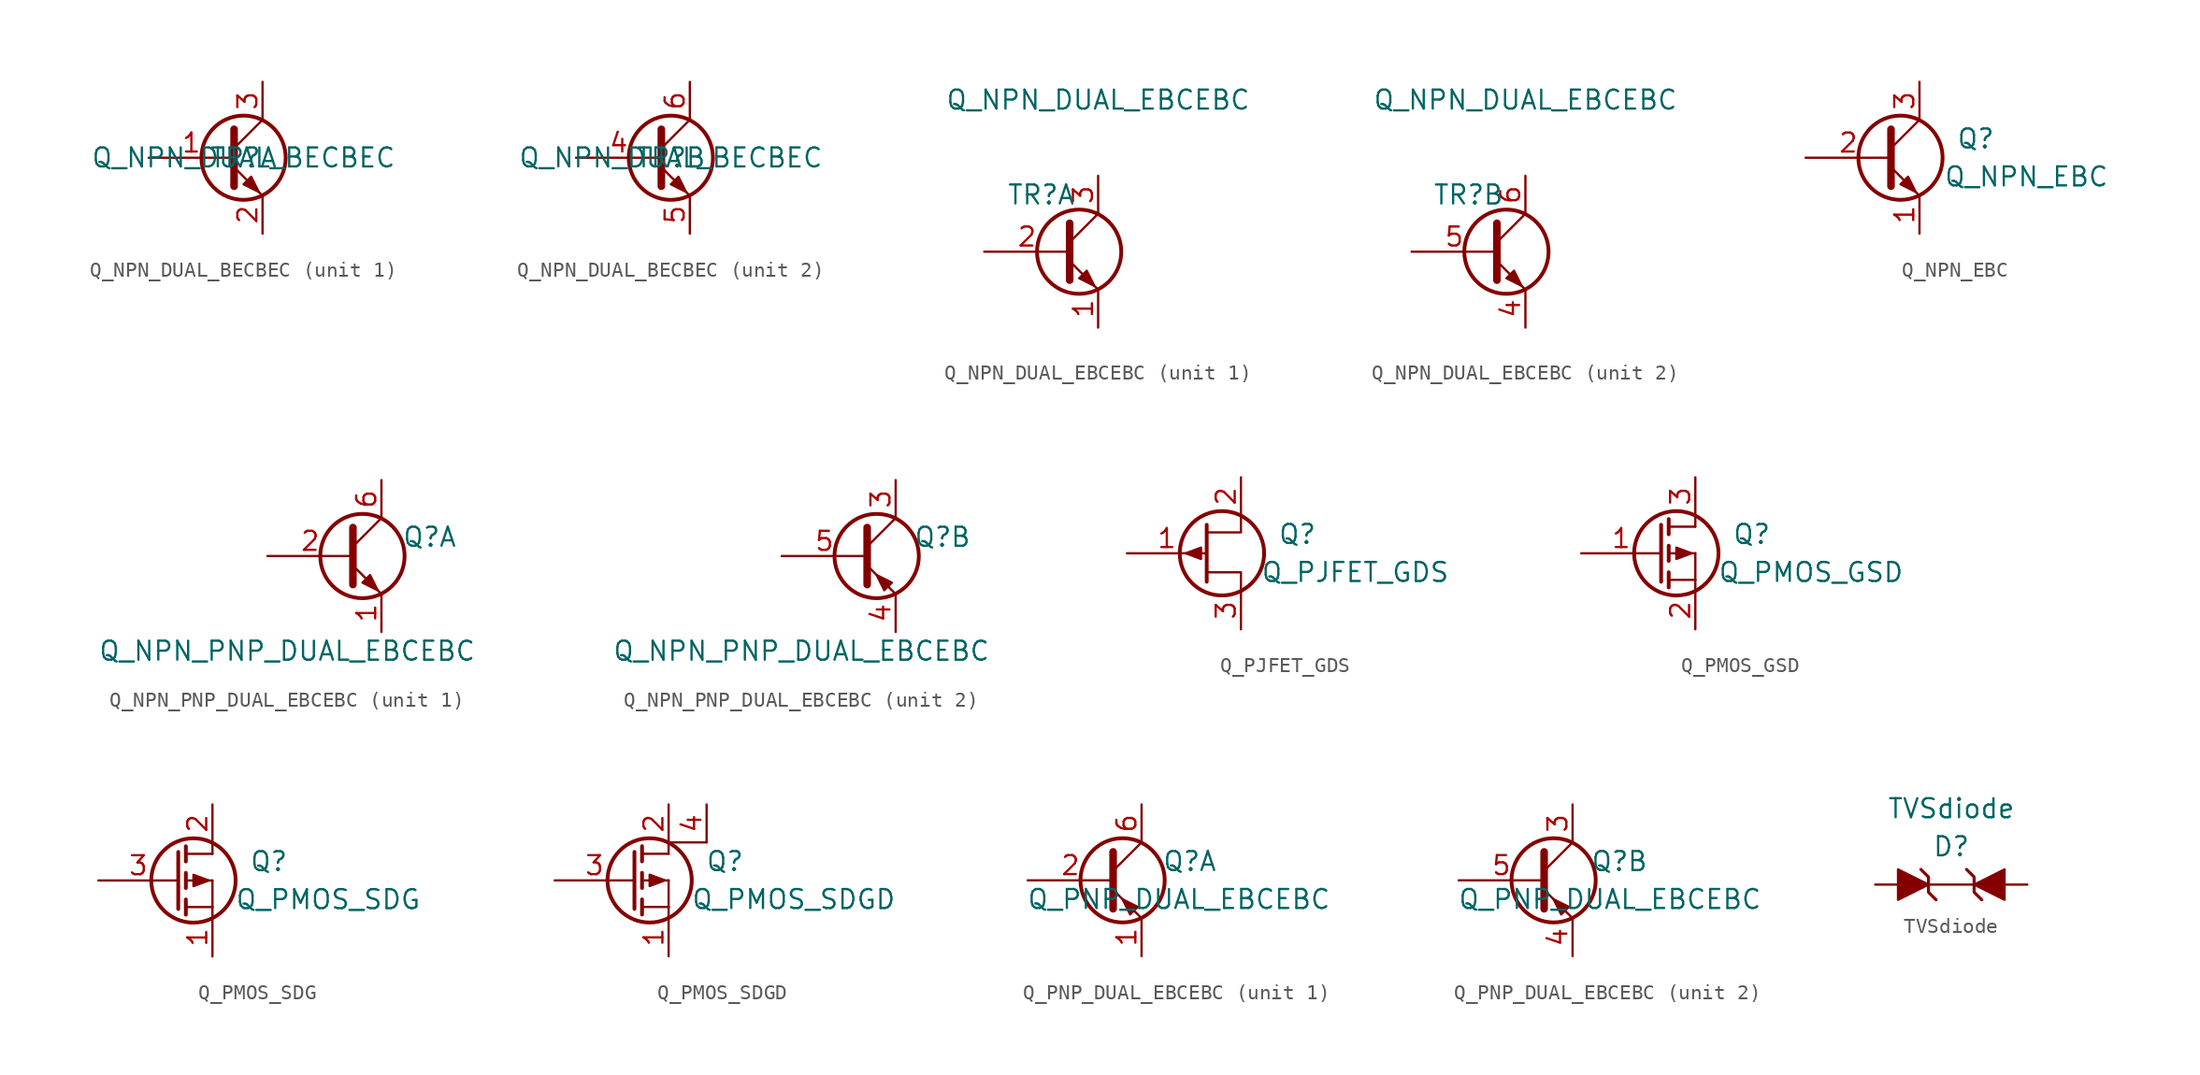
<source format=kicad_sym>
(kicad_symbol_lib
  (version 20211014)
  (generator kicad_symbol_editor)
  (symbol "Q_NPN_DUAL_BECBEC"
    (pin_names
      (offset 0) hide)
    (property "Reference" "TR"
      (at 0 0 0)
      (effects (font (size 1.27 1.27))))
    (property "Value" "Q_NPN_DUAL_BECBEC"
      (at 0 0 0)
      (effects (font (size 1.27 1.27))))
    (symbol "Q_NPN_DUAL_BECBEC_1_1"
      (polyline (pts (xy -0.635 0.635) (xy 1.27 2.54)) (stroke (width 0) (type default) (color 0 0 0 0)) (fill (type none)))
      (polyline (pts (xy -0.635 -0.635) (xy 1.27 -2.54) (xy 1.27 -2.54)) (stroke (width 0) (type default) (color 0 0 0 0)) (fill (type none)))
      (polyline (pts (xy -0.635 1.905) (xy -0.635 -1.905) (xy -0.635 -1.905)) (stroke (width 0.508) (type default) (color 0 0 0 0)) (fill (type none)))
      (polyline (pts (xy 0 -1.778) (xy 0.508 -1.27) (xy 1.016 -2.286) (xy 0 -1.778) (xy 0 -1.778)) (stroke (width 0) (type default) (color 0 0 0 0)) (fill (type outline)))
      (circle (center 0 0) (radius 2.819) (stroke (width 0.254) (type default) (color 0 0 0 0)) (fill (type none)))
      (pin input line (at -6.35 0 0) (length 5.715) (name "B" (effects (font (size 1.27 1.27)))) (number "1" (effects (font (size 1.27 1.27)))))
      (pin passive line (at 1.27 -5.08 90) (length 2.54) (name "E" (effects (font (size 1.27 1.27)))) (number "2" (effects (font (size 1.27 1.27)))))
      (pin passive line (at 1.27 5.08 270) (length 2.54) (name "C" (effects (font (size 1.27 1.27)))) (number "3" (effects (font (size 1.27 1.27))))))
    (symbol "Q_NPN_DUAL_BECBEC_2_1"
      (polyline (pts (xy -0.635 0.635) (xy 1.27 2.54)) (stroke (width 0) (type default) (color 0 0 0 0)) (fill (type none)))
      (polyline (pts (xy -0.635 -0.635) (xy 1.27 -2.54) (xy 1.27 -2.54)) (stroke (width 0) (type default) (color 0 0 0 0)) (fill (type none)))
      (polyline (pts (xy -0.635 1.905) (xy -0.635 -1.905) (xy -0.635 -1.905)) (stroke (width 0.508) (type default) (color 0 0 0 0)) (fill (type none)))
      (polyline (pts (xy 0 -1.778) (xy 0.508 -1.27) (xy 1.016 -2.286) (xy 0 -1.778) (xy 0 -1.778)) (stroke (width 0) (type default) (color 0 0 0 0)) (fill (type outline)))
      (circle (center 0 0) (radius 2.819) (stroke (width 0.254) (type default) (color 0 0 0 0)) (fill (type none)))
      (pin input line (at -6.35 0 0) (length 5.715) (name "B" (effects (font (size 1.27 1.27)))) (number "4" (effects (font (size 1.27 1.27)))))
      (pin passive line (at 1.27 -5.08 90) (length 2.54) (name "E" (effects (font (size 1.27 1.27)))) (number "5" (effects (font (size 1.27 1.27)))))
      (pin passive line (at 1.27 5.08 270) (length 2.54) (name "C" (effects (font (size 1.27 1.27)))) (number "6" (effects (font (size 1.27 1.27)))))))
  (symbol "Q_NPN_DUAL_EBCEBC"
    (pin_names
      (offset 0) hide)
    (property "Reference" "TR"
      (at -2.54 3.81 0)
      (effects (font (size 1.27 1.27))))
    (property "Value" "Q_NPN_DUAL_EBCEBC"
      (at 1.27 10.16 0)
      (effects (font (size 1.27 1.27))))
    (symbol "Q_NPN_DUAL_EBCEBC_1_1"
      (polyline (pts (xy -0.635 0.635) (xy 1.27 2.54)) (stroke (width 0) (type default) (color 0 0 0 0)) (fill (type none)))
      (polyline (pts (xy -0.635 -0.635) (xy 1.27 -2.54) (xy 1.27 -2.54)) (stroke (width 0) (type default) (color 0 0 0 0)) (fill (type none)))
      (polyline (pts (xy -0.635 1.905) (xy -0.635 -1.905) (xy -0.635 -1.905)) (stroke (width 0.508) (type default) (color 0 0 0 0)) (fill (type none)))
      (polyline (pts (xy 0 -1.778) (xy 0.508 -1.27) (xy 1.016 -2.286) (xy 0 -1.778) (xy 0 -1.778)) (stroke (width 0) (type default) (color 0 0 0 0)) (fill (type outline)))
      (circle (center 0 0) (radius 2.819) (stroke (width 0.254) (type default) (color 0 0 0 0)) (fill (type none)))
      (pin passive line (at 1.27 -5.08 90) (length 2.54) (name "E" (effects (font (size 1.27 1.27)))) (number "1" (effects (font (size 1.27 1.27)))))
      (pin input line (at -6.35 0 0) (length 5.715) (name "B" (effects (font (size 1.27 1.27)))) (number "2" (effects (font (size 1.27 1.27)))))
      (pin passive line (at 1.27 5.08 270) (length 2.54) (name "C" (effects (font (size 1.27 1.27)))) (number "3" (effects (font (size 1.27 1.27))))))
    (symbol "Q_NPN_DUAL_EBCEBC_2_1"
      (polyline (pts (xy -0.635 0.635) (xy 1.27 2.54)) (stroke (width 0) (type default) (color 0 0 0 0)) (fill (type none)))
      (polyline (pts (xy -0.635 -0.635) (xy 1.27 -2.54) (xy 1.27 -2.54)) (stroke (width 0) (type default) (color 0 0 0 0)) (fill (type none)))
      (polyline (pts (xy -0.635 1.905) (xy -0.635 -1.905) (xy -0.635 -1.905)) (stroke (width 0.508) (type default) (color 0 0 0 0)) (fill (type none)))
      (polyline (pts (xy 0 -1.778) (xy 0.508 -1.27) (xy 1.016 -2.286) (xy 0 -1.778) (xy 0 -1.778)) (stroke (width 0) (type default) (color 0 0 0 0)) (fill (type outline)))
      (circle (center 0 0) (radius 2.819) (stroke (width 0.254) (type default) (color 0 0 0 0)) (fill (type none)))
      (pin passive line (at 1.27 -5.08 90) (length 2.54) (name "E" (effects (font (size 1.27 1.27)))) (number "4" (effects (font (size 1.27 1.27)))))
      (pin input line (at -6.35 0 0) (length 5.715) (name "B" (effects (font (size 1.27 1.27)))) (number "5" (effects (font (size 1.27 1.27)))))
      (pin passive line (at 1.27 5.08 270) (length 2.54) (name "C" (effects (font (size 1.27 1.27)))) (number "6" (effects (font (size 1.27 1.27)))))))
  (symbol "Q_NPN_EBC"
    (pin_names
      (offset 0) hide)
    (property "Reference" "Q"
      (at 7.62 1.27 0)
      (effects (font (size 1.27 1.27)) (justify right)))
    (property "Value" "Q_NPN_EBC"
      (at 15.24 -1.27 0)
      (effects (font (size 1.27 1.27)) (justify right)))
    (property "Footprint" ""
      (at 5.08 2.54 0)
      (effects (font (size 1.27 1.27))))
    (property "Datasheet" ""
      (at 0 0 0)
      (effects (font (size 1.27 1.27))))
    (symbol "Q_NPN_EBC_0_1"
      (polyline (pts (xy 0.635 0.635) (xy 2.54 2.54)) (stroke (width 0) (type default) (color 0 0 0 0)) (fill (type none)))
      (polyline (pts (xy 0.635 -0.635) (xy 2.54 -2.54) (xy 2.54 -2.54)) (stroke (width 0) (type default) (color 0 0 0 0)) (fill (type none)))
      (polyline (pts (xy 0.635 1.905) (xy 0.635 -1.905) (xy 0.635 -1.905)) (stroke (width 0.508) (type default) (color 0 0 0 0)) (fill (type none)))
      (polyline (pts (xy 1.27 -1.778) (xy 1.778 -1.27) (xy 2.286 -2.286) (xy 1.27 -1.778) (xy 1.27 -1.778)) (stroke (width 0) (type default) (color 0 0 0 0)) (fill (type outline)))
      (circle (center 1.27 0) (radius 2.819) (stroke (width 0.254) (type default) (color 0 0 0 0)) (fill (type none))))
    (symbol "Q_NPN_EBC_1_1"
      (pin passive line (at 2.54 -5.08 90) (length 2.54) (name "E" (effects (font (size 1.27 1.27)))) (number "1" (effects (font (size 1.27 1.27)))))
      (pin passive line (at -5.08 0 0) (length 5.715) (name "B" (effects (font (size 1.27 1.27)))) (number "2" (effects (font (size 1.27 1.27)))))
      (pin passive line (at 2.54 5.08 270) (length 2.54) (name "C" (effects (font (size 1.27 1.27)))) (number "3" (effects (font (size 1.27 1.27)))))))
  (symbol "Q_NPN_PNP_DUAL_EBCEBC"
    (pin_names
      (offset 0) hide)
    (property "Reference" "Q"
      (at 7.62 1.27 0)
      (effects (font (size 1.27 1.27)) (justify right)))
    (property "Value" "Q_NPN_PNP_DUAL_EBCEBC"
      (at 8.89 -6.35 0)
      (effects (font (size 1.27 1.27)) (justify right)))
    (property "Footprint" ""
      (at 5.08 2.54 0)
      (effects (font (size 1.27 1.27))))
    (property "Datasheet" ""
      (at 0 0 0)
      (effects (font (size 1.27 1.27))))
    (property "ki_locked" ""
      (at 0 0 0)
      (effects (font (size 1.27 1.27))))
    (symbol "Q_NPN_PNP_DUAL_EBCEBC_0_1"
      (polyline (pts (xy 0.635 0.635) (xy 2.54 2.54)) (stroke (width 0) (type default) (color 0 0 0 0)) (fill (type none)))
      (polyline (pts (xy 0.635 -0.635) (xy 1.27 -1.27) (xy 2.54 -2.54)) (stroke (width 0) (type default) (color 0 0 0 0)) (fill (type none)))
      (polyline (pts (xy 0.635 1.905) (xy 0.635 -1.905) (xy 0.635 -1.905)) (stroke (width 0.508) (type default) (color 0 0 0 0)) (fill (type none)))
      (circle (center 1.27 0) (radius 2.819) (stroke (width 0.254) (type default) (color 0 0 0 0)) (fill (type none))))
    (symbol "Q_NPN_PNP_DUAL_EBCEBC_1_1"
      (polyline (pts (xy 1.27 -1.778) (xy 1.778 -1.27) (xy 2.286 -2.286) (xy 1.27 -1.778) (xy 1.27 -1.778)) (stroke (width 0) (type default) (color 0 0 0 0)) (fill (type outline)))
      (pin passive line (at 2.54 -5.08 90) (length 2.54) (name "E" (effects (font (size 1.27 1.27)))) (number "1" (effects (font (size 1.27 1.27)))))
      (pin input line (at -5.08 0 0) (length 5.715) (name "B" (effects (font (size 1.27 1.27)))) (number "2" (effects (font (size 1.27 1.27)))))
      (pin passive line (at 2.54 5.08 270) (length 2.54) (name "C" (effects (font (size 1.27 1.27)))) (number "6" (effects (font (size 1.27 1.27))))))
    (symbol "Q_NPN_PNP_DUAL_EBCEBC_2_1"
      (polyline (pts (xy 2.286 -1.778) (xy 1.778 -2.286) (xy 1.27 -1.27) (xy 2.286 -1.778) (xy 2.286 -1.778)) (stroke (width 0) (type default) (color 0 0 0 0)) (fill (type outline)))
      (pin passive line (at 2.54 5.08 270) (length 2.54) (name "C" (effects (font (size 1.27 1.27)))) (number "3" (effects (font (size 1.27 1.27)))))
      (pin passive line (at 2.54 -5.08 90) (length 2.54) (name "E" (effects (font (size 1.27 1.27)))) (number "4" (effects (font (size 1.27 1.27)))))
      (pin input line (at -5.08 0 0) (length 5.715) (name "B" (effects (font (size 1.27 1.27)))) (number "5" (effects (font (size 1.27 1.27)))))))
  (symbol "Q_PJFET_GDS"
    (pin_names
      (offset 0) hide)
    (property "Reference" "Q"
      (at 7.62 1.27 0)
      (effects (font (size 1.27 1.27)) (justify right)))
    (property "Value" "Q_PJFET_GDS"
      (at 16.51 -1.27 0)
      (effects (font (size 1.27 1.27)) (justify right)))
    (property "Footprint" ""
      (at 5.08 2.54 0)
      (effects (font (size 1.27 1.27))))
    (property "Datasheet" ""
      (at 0 0 0)
      (effects (font (size 1.27 1.27))))
    (symbol "Q_PJFET_GDS_0_1"
      (polyline (pts (xy 0.254 1.905) (xy 0.254 -1.905) (xy 0.254 -1.905)) (stroke (width 0.254) (type default) (color 0 0 0 0)) (fill (type none)))
      (polyline (pts (xy 2.54 -2.54) (xy 2.54 -1.27) (xy 0.254 -1.27)) (stroke (width 0) (type default) (color 0 0 0 0)) (fill (type none)))
      (polyline (pts (xy 2.54 2.54) (xy 2.54 1.397) (xy 0.254 1.397)) (stroke (width 0) (type default) (color 0 0 0 0)) (fill (type none)))
      (polyline (pts (xy -1.143 0) (xy -0.127 0.381) (xy -0.127 -0.381) (xy -1.143 0)) (stroke (width 0) (type default) (color 0 0 0 0)) (fill (type outline)))
      (circle (center 1.27 0) (radius 2.819) (stroke (width 0.254) (type default) (color 0 0 0 0)) (fill (type none))))
    (symbol "Q_PJFET_GDS_1_1"
      (pin input line (at -5.08 0 0) (length 5.334) (name "G" (effects (font (size 1.27 1.27)))) (number "1" (effects (font (size 1.27 1.27)))))
      (pin passive line (at 2.54 5.08 270) (length 2.54) (name "D" (effects (font (size 1.27 1.27)))) (number "2" (effects (font (size 1.27 1.27)))))
      (pin passive line (at 2.54 -5.08 90) (length 2.54) (name "S" (effects (font (size 1.27 1.27)))) (number "3" (effects (font (size 1.27 1.27)))))))
  (symbol "Q_PMOS_GSD"
    (pin_names
      (offset 0) hide)
    (property "Reference" "Q"
      (at 7.62 1.27 0)
      (effects (font (size 1.27 1.27)) (justify right)))
    (property "Value" "Q_PMOS_GSD"
      (at 16.51 -1.27 0)
      (effects (font (size 1.27 1.27)) (justify right)))
    (property "Footprint" ""
      (at 5.08 2.54 0)
      (effects (font (size 1.27 1.27))))
    (property "Datasheet" ""
      (at 0 0 0)
      (effects (font (size 1.27 1.27))))
    (symbol "Q_PMOS_GSD_0_1"
      (polyline (pts (xy 0.762 -1.778) (xy 2.54 -1.778)) (stroke (width 0) (type default) (color 0 0 0 0)) (fill (type none)))
      (polyline (pts (xy 0.762 -1.27) (xy 0.762 -2.286)) (stroke (width 0.254) (type default) (color 0 0 0 0)) (fill (type none)))
      (polyline (pts (xy 0.762 0) (xy 2.54 0)) (stroke (width 0) (type default) (color 0 0 0 0)) (fill (type none)))
      (polyline (pts (xy 0.762 0.508) (xy 0.762 -0.508)) (stroke (width 0.254) (type default) (color 0 0 0 0)) (fill (type none)))
      (polyline (pts (xy 0.762 1.778) (xy 2.54 1.778)) (stroke (width 0) (type default) (color 0 0 0 0)) (fill (type none)))
      (polyline (pts (xy 0.762 2.286) (xy 0.762 1.27)) (stroke (width 0.254) (type default) (color 0 0 0 0)) (fill (type none)))
      (polyline (pts (xy 2.54 -1.778) (xy 2.54 -2.54)) (stroke (width 0) (type default) (color 0 0 0 0)) (fill (type none)))
      (polyline (pts (xy 2.54 -1.778) (xy 2.54 0)) (stroke (width 0) (type default) (color 0 0 0 0)) (fill (type none)))
      (polyline (pts (xy 2.54 2.54) (xy 2.54 1.778)) (stroke (width 0) (type default) (color 0 0 0 0)) (fill (type none)))
      (polyline (pts (xy 0.254 1.905) (xy 0.254 -1.905) (xy 0.254 -1.905)) (stroke (width 0.254) (type default) (color 0 0 0 0)) (fill (type none)))
      (polyline (pts (xy 2.286 0) (xy 1.27 -0.381) (xy 1.27 0.381) (xy 2.286 0)) (stroke (width 0) (type default) (color 0 0 0 0)) (fill (type outline)))
      (circle (center 1.27 0) (radius 2.819) (stroke (width 0.254) (type default) (color 0 0 0 0)) (fill (type none))))
    (symbol "Q_PMOS_GSD_1_1"
      (pin input line (at -5.08 0 0) (length 5.334) (name "G" (effects (font (size 1.27 1.27)))) (number "1" (effects (font (size 1.27 1.27)))))
      (pin passive line (at 2.54 -5.08 90) (length 2.54) (name "S" (effects (font (size 1.27 1.27)))) (number "2" (effects (font (size 1.27 1.27)))))
      (pin passive line (at 2.54 5.08 270) (length 2.54) (name "D" (effects (font (size 1.27 1.27)))) (number "3" (effects (font (size 1.27 1.27)))))))
  (symbol "Q_PMOS_SDG"
    (pin_names
      (offset 0) hide)
    (property "Reference" "Q"
      (at 7.62 1.27 0)
      (effects (font (size 1.27 1.27)) (justify right)))
    (property "Value" "Q_PMOS_SDG"
      (at 16.51 -1.27 0)
      (effects (font (size 1.27 1.27)) (justify right)))
    (property "Footprint" ""
      (at 5.08 2.54 0)
      (effects (font (size 1.27 1.27))))
    (property "Datasheet" ""
      (at 0 0 0)
      (effects (font (size 1.27 1.27))))
    (symbol "Q_PMOS_SDG_0_1"
      (polyline (pts (xy 0.762 -1.778) (xy 2.54 -1.778)) (stroke (width 0) (type default) (color 0 0 0 0)) (fill (type none)))
      (polyline (pts (xy 0.762 -1.27) (xy 0.762 -2.286)) (stroke (width 0.254) (type default) (color 0 0 0 0)) (fill (type none)))
      (polyline (pts (xy 0.762 0) (xy 2.54 0)) (stroke (width 0) (type default) (color 0 0 0 0)) (fill (type none)))
      (polyline (pts (xy 0.762 0.508) (xy 0.762 -0.508)) (stroke (width 0.254) (type default) (color 0 0 0 0)) (fill (type none)))
      (polyline (pts (xy 0.762 1.778) (xy 2.54 1.778)) (stroke (width 0) (type default) (color 0 0 0 0)) (fill (type none)))
      (polyline (pts (xy 0.762 2.286) (xy 0.762 1.27)) (stroke (width 0.254) (type default) (color 0 0 0 0)) (fill (type none)))
      (polyline (pts (xy 2.54 -1.778) (xy 2.54 -2.54)) (stroke (width 0) (type default) (color 0 0 0 0)) (fill (type none)))
      (polyline (pts (xy 2.54 -1.778) (xy 2.54 0)) (stroke (width 0) (type default) (color 0 0 0 0)) (fill (type none)))
      (polyline (pts (xy 2.54 2.54) (xy 2.54 1.778)) (stroke (width 0) (type default) (color 0 0 0 0)) (fill (type none)))
      (polyline (pts (xy 0.254 1.905) (xy 0.254 -1.905) (xy 0.254 -1.905)) (stroke (width 0.254) (type default) (color 0 0 0 0)) (fill (type none)))
      (polyline (pts (xy 2.286 0) (xy 1.27 -0.381) (xy 1.27 0.381) (xy 2.286 0)) (stroke (width 0) (type default) (color 0 0 0 0)) (fill (type outline)))
      (circle (center 1.27 0) (radius 2.819) (stroke (width 0.254) (type default) (color 0 0 0 0)) (fill (type none))))
    (symbol "Q_PMOS_SDG_1_1"
      (pin passive line (at 2.54 -5.08 90) (length 2.54) (name "S" (effects (font (size 1.27 1.27)))) (number "1" (effects (font (size 1.27 1.27)))))
      (pin passive line (at 2.54 5.08 270) (length 2.54) (name "D" (effects (font (size 1.27 1.27)))) (number "2" (effects (font (size 1.27 1.27)))))
      (pin input line (at -5.08 0 0) (length 5.334) (name "G" (effects (font (size 1.27 1.27)))) (number "3" (effects (font (size 1.27 1.27)))))))
  (symbol "Q_PMOS_SDGD"
    (pin_names
      (offset 0) hide)
    (property "Reference" "Q"
      (at 7.62 1.27 0)
      (effects (font (size 1.27 1.27)) (justify right)))
    (property "Value" "Q_PMOS_SDGD"
      (at 17.78 -1.27 0)
      (effects (font (size 1.27 1.27)) (justify right)))
    (property "Footprint" ""
      (at 5.08 2.54 0)
      (effects (font (size 1.27 1.27))))
    (property "Datasheet" ""
      (at 0 0 0)
      (effects (font (size 1.27 1.27))))
    (symbol "Q_PMOS_SDGD_0_1"
      (polyline (pts (xy 0.762 -1.778) (xy 2.54 -1.778)) (stroke (width 0) (type default) (color 0 0 0 0)) (fill (type none)))
      (polyline (pts (xy 0.762 -1.27) (xy 0.762 -2.286)) (stroke (width 0.254) (type default) (color 0 0 0 0)) (fill (type none)))
      (polyline (pts (xy 0.762 0) (xy 2.54 0)) (stroke (width 0) (type default) (color 0 0 0 0)) (fill (type none)))
      (polyline (pts (xy 0.762 0.508) (xy 0.762 -0.508)) (stroke (width 0.254) (type default) (color 0 0 0 0)) (fill (type none)))
      (polyline (pts (xy 0.762 1.778) (xy 2.54 1.778)) (stroke (width 0) (type default) (color 0 0 0 0)) (fill (type none)))
      (polyline (pts (xy 0.762 2.286) (xy 0.762 1.27)) (stroke (width 0.254) (type default) (color 0 0 0 0)) (fill (type none)))
      (polyline (pts (xy 2.54 -1.778) (xy 2.54 -2.54)) (stroke (width 0) (type default) (color 0 0 0 0)) (fill (type none)))
      (polyline (pts (xy 2.54 -1.778) (xy 2.54 0)) (stroke (width 0) (type default) (color 0 0 0 0)) (fill (type none)))
      (polyline (pts (xy 2.54 2.54) (xy 2.54 1.778)) (stroke (width 0) (type default) (color 0 0 0 0)) (fill (type none)))
      (polyline (pts (xy 5.08 2.54) (xy 2.54 2.54)) (stroke (width 0) (type default) (color 0 0 0 0)) (fill (type none)))
      (polyline (pts (xy 0.254 1.905) (xy 0.254 -1.905) (xy 0.254 -1.905)) (stroke (width 0.254) (type default) (color 0 0 0 0)) (fill (type none)))
      (polyline (pts (xy 2.286 0) (xy 1.27 -0.381) (xy 1.27 0.381) (xy 2.286 0)) (stroke (width 0) (type default) (color 0 0 0 0)) (fill (type outline)))
      (circle (center 1.27 0) (radius 2.819) (stroke (width 0.254) (type default) (color 0 0 0 0)) (fill (type none))))
    (symbol "Q_PMOS_SDGD_1_1"
      (pin passive line (at 2.54 -5.08 90) (length 2.54) (name "S" (effects (font (size 1.27 1.27)))) (number "1" (effects (font (size 1.27 1.27)))))
      (pin passive line (at 2.54 5.08 270) (length 2.54) (name "D" (effects (font (size 1.27 1.27)))) (number "2" (effects (font (size 1.27 1.27)))))
      (pin input line (at -5.08 0 0) (length 5.334) (name "G" (effects (font (size 1.27 1.27)))) (number "3" (effects (font (size 1.27 1.27)))))
      (pin passive line (at 5.08 5.08 270) (length 2.54) (name "D" (effects (font (size 1.27 1.27)))) (number "4" (effects (font (size 1.27 1.27)))))))
  (symbol "Q_PNP_DUAL_EBCEBC"
    (pin_names
      (offset 0) hide)
    (property "Reference" "Q"
      (at 7.62 1.27 0)
      (effects (font (size 1.27 1.27)) (justify right)))
    (property "Value" "Q_PNP_DUAL_EBCEBC"
      (at 15.24 -1.27 0)
      (effects (font (size 1.27 1.27)) (justify right)))
    (property "Footprint" ""
      (at 5.08 2.54 0)
      (effects (font (size 1.27 1.27))))
    (property "Datasheet" ""
      (at 0 0 0)
      (effects (font (size 1.27 1.27))))
    (symbol "Q_PNP_DUAL_EBCEBC_0_1"
      (polyline (pts (xy 0.635 0.635) (xy 2.54 2.54)) (stroke (width 0) (type default) (color 0 0 0 0)) (fill (type none)))
      (polyline (pts (xy 0.635 -0.635) (xy 2.54 -2.54) (xy 2.54 -2.54)) (stroke (width 0) (type default) (color 0 0 0 0)) (fill (type none)))
      (polyline (pts (xy 0.635 1.905) (xy 0.635 -1.905) (xy 0.635 -1.905)) (stroke (width 0.508) (type default) (color 0 0 0 0)) (fill (type none)))
      (polyline (pts (xy 2.286 -1.778) (xy 1.778 -2.286) (xy 1.27 -1.27) (xy 2.286 -1.778) (xy 2.286 -1.778)) (stroke (width 0) (type default) (color 0 0 0 0)) (fill (type outline)))
      (circle (center 1.27 0) (radius 2.819) (stroke (width 0.254) (type default) (color 0 0 0 0)) (fill (type none))))
    (symbol "Q_PNP_DUAL_EBCEBC_1_1"
      (pin passive line (at 2.54 -5.08 90) (length 2.54) (name "E" (effects (font (size 1.27 1.27)))) (number "1" (effects (font (size 1.27 1.27)))))
      (pin input line (at -5.08 0 0) (length 5.715) (name "B" (effects (font (size 1.27 1.27)))) (number "2" (effects (font (size 1.27 1.27)))))
      (pin passive line (at 2.54 5.08 270) (length 2.54) (name "C" (effects (font (size 1.27 1.27)))) (number "6" (effects (font (size 1.27 1.27))))))
    (symbol "Q_PNP_DUAL_EBCEBC_2_1"
      (pin passive line (at 2.54 5.08 270) (length 2.54) (name "C" (effects (font (size 1.27 1.27)))) (number "3" (effects (font (size 1.27 1.27)))))
      (pin passive line (at 2.54 -5.08 90) (length 2.54) (name "E" (effects (font (size 1.27 1.27)))) (number "4" (effects (font (size 1.27 1.27)))))
      (pin input line (at -5.08 0 0) (length 5.715) (name "B" (effects (font (size 1.27 1.27)))) (number "5" (effects (font (size 1.27 1.27)))))))
  (symbol "TVSdiode"
    (pin_numbers hide)
    (pin_names
      (offset 0) hide)
    (property "Reference" "D"
      (at 0 2.54 0)
      (effects (font (size 1.27 1.27))))
    (property "Value" "TVSdiode"
      (at 0 5.08 0)
      (effects (font (size 1.27 1.27))))
    (symbol "TVSdiode_0_1"
      (polyline (pts (xy 2.54 0) (xy -2.54 0)) (stroke (width 0) (type default) (color 0 0 0 0)) (fill (type none))))
    (symbol "TVSdiode_1_1"
      (polyline (pts (xy -3.556 -1.016) (xy -1.524 0) (xy -3.556 1.016) (xy -3.556 -1.016)) (stroke (width 0) (type default) (color 0 0 0 0)) (fill (type outline)))
      (polyline (pts (xy -1.016 -1.016) (xy -1.524 -0.508) (xy -1.524 0.508) (xy -2.032 1.016)) (stroke (width 0.203) (type default) (color 0 0 0 0)) (fill (type none)))
      (polyline (pts (xy 1.016 1.016) (xy 1.524 0.508) (xy 1.524 -0.508) (xy 2.032 -1.016)) (stroke (width 0.203) (type default) (color 0 0 0 0)) (fill (type none)))
      (polyline (pts (xy 3.556 1.016) (xy 1.524 0) (xy 3.556 -1.016) (xy 3.556 1.016)) (stroke (width 0) (type default) (color 0 0 0 0)) (fill (type outline)))
      (pin passive line (at -5.08 0 0) (length 1.524) (name "K" (effects (font (size 1.016 1.016)))) (number "1" (effects (font (size 1.016 1.016)))))
      (pin passive line (at 5.08 0 180) (length 1.524) (name "A" (effects (font (size 1.016 1.016)))) (number "2" (effects (font (size 1.016 1.016))))))))
</source>
